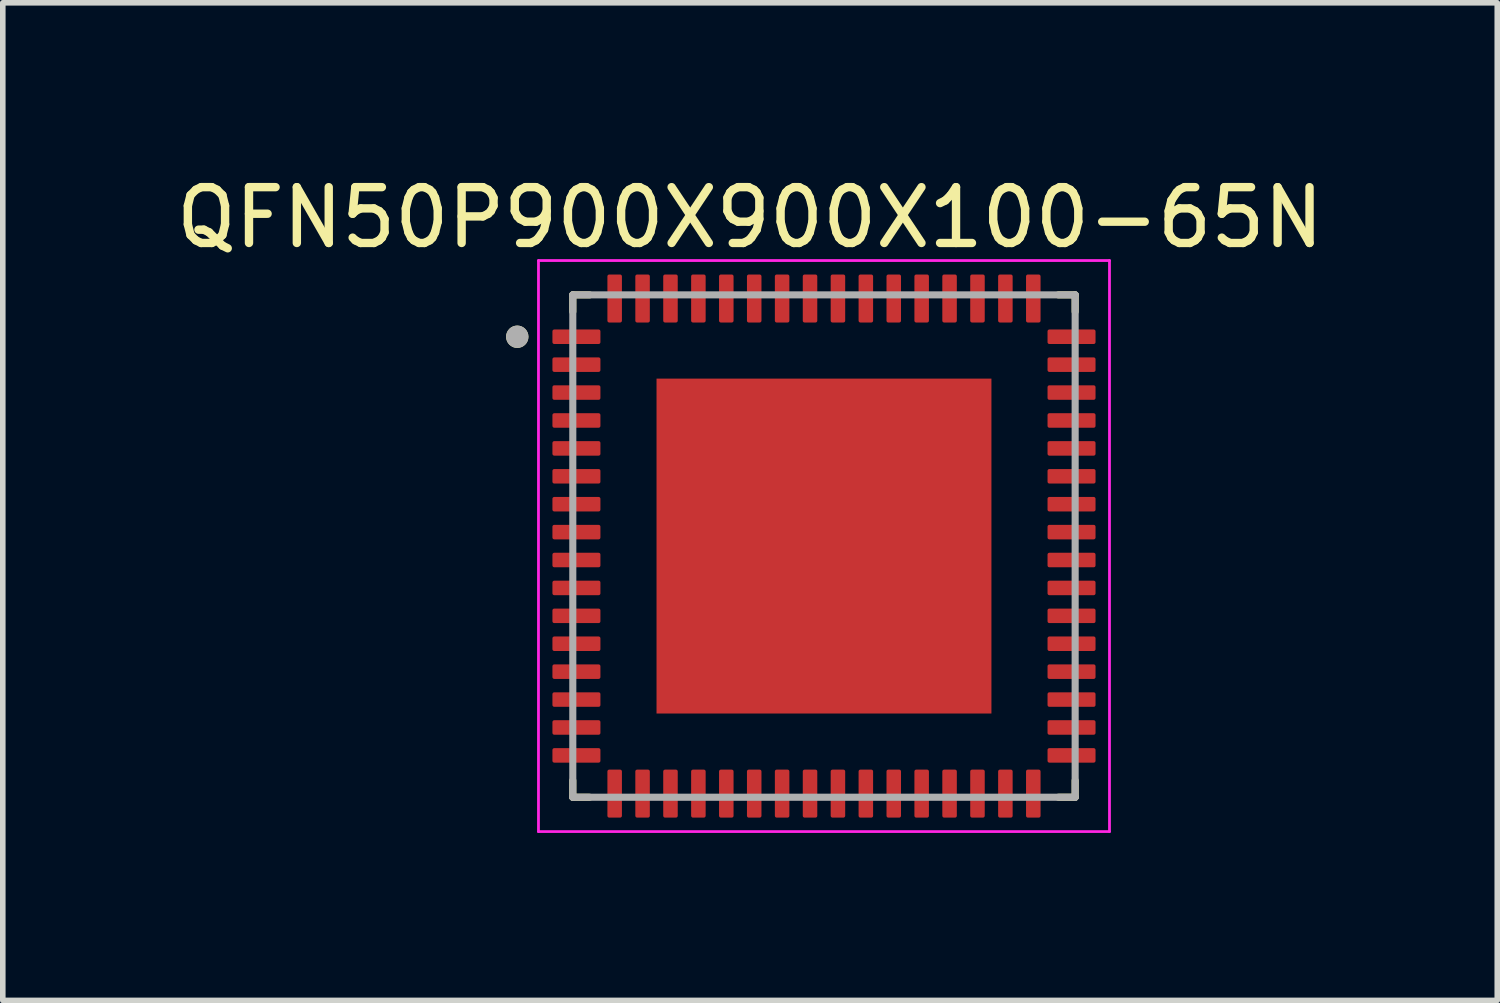
<source format=kicad_pcb>
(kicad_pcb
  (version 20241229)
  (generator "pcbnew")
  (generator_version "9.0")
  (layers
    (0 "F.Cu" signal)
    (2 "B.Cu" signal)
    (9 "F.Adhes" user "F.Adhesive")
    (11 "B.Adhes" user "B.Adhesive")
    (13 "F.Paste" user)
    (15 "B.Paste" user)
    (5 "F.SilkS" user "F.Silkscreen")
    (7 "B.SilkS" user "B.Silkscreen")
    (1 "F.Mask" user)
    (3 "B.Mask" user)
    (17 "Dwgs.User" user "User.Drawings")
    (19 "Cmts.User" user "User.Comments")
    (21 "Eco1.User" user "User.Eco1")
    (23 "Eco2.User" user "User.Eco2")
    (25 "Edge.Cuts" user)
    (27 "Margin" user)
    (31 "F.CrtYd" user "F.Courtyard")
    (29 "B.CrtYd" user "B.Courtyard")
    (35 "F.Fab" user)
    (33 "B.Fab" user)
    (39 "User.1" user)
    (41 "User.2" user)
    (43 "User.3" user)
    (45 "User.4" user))
  (footprint "QFN50P900X900X100-65N"
    (layer "F.Cu")
    (at 11.712 6.733)
    (property "Reference" "QFN50P900X900X100-65N" (at -1.325 -5.885 0) (layer "F.SilkS") (effects (font (size 1 1) (thickness 0.15))))
    (attr smd)
    (fp_line (start -4.5 -4.5) (end -4.5 -4.2) (stroke (width 0.127) (type solid)) (layer "F.SilkS"))
    (fp_line (start -4.5 -4.5) (end -4.2 -4.5) (stroke (width 0.127) (type solid)) (layer "F.SilkS"))
    (fp_line (start -4.5 4.5) (end -4.5 4.2) (stroke (width 0.127) (type solid)) (layer "F.SilkS"))
    (fp_line (start -4.5 4.5) (end -4.2 4.5) (stroke (width 0.127) (type solid)) (layer "F.SilkS"))
    (fp_line (start 4.5 -4.5) (end 4.2 -4.5) (stroke (width 0.127) (type solid)) (layer "F.SilkS"))
    (fp_line (start 4.5 -4.5) (end 4.5 -4.2) (stroke (width 0.127) (type solid)) (layer "F.SilkS"))
    (fp_line (start 4.5 4.5) (end 4.2 4.5) (stroke (width 0.127) (type solid)) (layer "F.SilkS"))
    (fp_line (start 4.5 4.5) (end 4.5 4.2) (stroke (width 0.127) (type solid)) (layer "F.SilkS"))
    (fp_circle (center -5.495 -3.75) (end -5.395 -3.75) (stroke (width 0.2) (type solid)) (fill no) (layer "F.SilkS"))
    (fp_poly (pts (xy -2.45 -2.45) (xy -0.55 -2.45) (xy -0.55 -0.55) (xy -2.45 -0.55)) (stroke (width 0.01) (type solid)) (fill yes) (layer "F.Paste"))
    (fp_poly (pts (xy -2.45 0.55) (xy -0.55 0.55) (xy -0.55 2.45) (xy -2.45 2.45)) (stroke (width 0.01) (type solid)) (fill yes) (layer "F.Paste"))
    (fp_poly (pts (xy 0.55 -2.45) (xy 2.45 -2.45) (xy 2.45 -0.55) (xy 0.55 -0.55)) (stroke (width 0.01) (type solid)) (fill yes) (layer "F.Paste"))
    (fp_poly (pts (xy 0.55 0.55) (xy 2.45 0.55) (xy 2.45 2.45) (xy 0.55 2.45)) (stroke (width 0.01) (type solid)) (fill yes) (layer "F.Paste"))
    (fp_line (start -5.115 -5.115) (end 5.115 -5.115) (stroke (width 0.05) (type solid)) (layer "F.CrtYd"))
    (fp_line (start -5.115 5.115) (end -5.115 -5.115) (stroke (width 0.05) (type solid)) (layer "F.CrtYd"))
    (fp_line (start -5.115 5.115) (end 5.115 5.115) (stroke (width 0.05) (type solid)) (layer "F.CrtYd"))
    (fp_line (start 5.115 5.115) (end 5.115 -5.115) (stroke (width 0.05) (type solid)) (layer "F.CrtYd"))
    (fp_line (start -4.5 4.5) (end -4.5 -4.5) (stroke (width 0.127) (type solid)) (layer "F.Fab"))
    (fp_line (start 4.5 -4.5) (end -4.5 -4.5) (stroke (width 0.127) (type solid)) (layer "F.Fab"))
    (fp_line (start 4.5 4.5) (end -4.5 4.5) (stroke (width 0.127) (type solid)) (layer "F.Fab"))
    (fp_line (start 4.5 4.5) (end 4.5 -4.5) (stroke (width 0.127) (type solid)) (layer "F.Fab"))
    (fp_circle (center -5.495 -3.75) (end -5.395 -3.75) (stroke (width 0.2) (type solid)) (fill no) (layer "F.Fab"))
    (pad "1" smd roundrect (at -4.435 -3.75) (size 0.86 0.26) (layers "F.Cu" "F.Paste") (roundrect_rratio 0.125))
    (pad "2" smd roundrect (at -4.435 -3.25) (size 0.86 0.26) (layers "F.Cu" "F.Mask" "F.Paste") (roundrect_rratio 0.125))
    (pad "3" smd roundrect (at -4.435 -2.75) (size 0.86 0.26) (layers "F.Cu" "F.Mask" "F.Paste") (roundrect_rratio 0.125))
    (pad "4" smd roundrect (at -4.435 -2.25) (size 0.86 0.26) (layers "F.Cu" "F.Mask" "F.Paste") (roundrect_rratio 0.125))
    (pad "5" smd roundrect (at -4.435 -1.75) (size 0.86 0.26) (layers "F.Cu" "F.Mask" "F.Paste") (roundrect_rratio 0.125))
    (pad "6" smd roundrect (at -4.435 -1.25) (size 0.86 0.26) (layers "F.Cu" "F.Mask" "F.Paste") (roundrect_rratio 0.125))
    (pad "7" smd roundrect (at -4.435 -0.75) (size 0.86 0.26) (layers "F.Cu" "F.Mask" "F.Paste") (roundrect_rratio 0.125))
    (pad "8" smd roundrect (at -4.435 -0.25) (size 0.86 0.26) (layers "F.Cu" "F.Mask" "F.Paste") (roundrect_rratio 0.125))
    (pad "9" smd roundrect (at -4.435 0.25) (size 0.86 0.26) (layers "F.Cu" "F.Mask" "F.Paste") (roundrect_rratio 0.125))
    (pad "10" smd roundrect (at -4.435 0.75) (size 0.86 0.26) (layers "F.Cu" "F.Mask" "F.Paste") (roundrect_rratio 0.125))
    (pad "11" smd roundrect (at -4.435 1.25) (size 0.86 0.26) (layers "F.Cu" "F.Mask" "F.Paste") (roundrect_rratio 0.125))
    (pad "12" smd roundrect (at -4.435 1.75) (size 0.86 0.26) (layers "F.Cu" "F.Mask" "F.Paste") (roundrect_rratio 0.125))
    (pad "13" smd roundrect (at -4.435 2.25) (size 0.86 0.26) (layers "F.Cu" "F.Mask" "F.Paste") (roundrect_rratio 0.125))
    (pad "14" smd roundrect (at -4.435 2.75) (size 0.86 0.26) (layers "F.Cu" "F.Mask" "F.Paste") (roundrect_rratio 0.125))
    (pad "15" smd roundrect (at -4.435 3.25) (size 0.86 0.26) (layers "F.Cu" "F.Mask" "F.Paste") (roundrect_rratio 0.125))
    (pad "16" smd roundrect (at -4.435 3.75) (size 0.86 0.26) (layers "F.Cu" "F.Paste") (roundrect_rratio 0.125))
    (pad "17" smd roundrect (at -3.75 4.435) (size 0.26 0.86) (layers "F.Cu" "F.Paste") (roundrect_rratio 0.125))
    (pad "18" smd roundrect (at -3.25 4.435) (size 0.26 0.86) (layers "F.Cu" "F.Mask" "F.Paste") (roundrect_rratio 0.125))
    (pad "19" smd roundrect (at -2.75 4.435) (size 0.26 0.86) (layers "F.Cu" "F.Mask" "F.Paste") (roundrect_rratio 0.125))
    (pad "20" smd roundrect (at -2.25 4.435) (size 0.26 0.86) (layers "F.Cu" "F.Mask" "F.Paste") (roundrect_rratio 0.125))
    (pad "21" smd roundrect (at -1.75 4.435) (size 0.26 0.86) (layers "F.Cu" "F.Mask" "F.Paste") (roundrect_rratio 0.125))
    (pad "22" smd roundrect (at -1.25 4.435) (size 0.26 0.86) (layers "F.Cu" "F.Mask" "F.Paste") (roundrect_rratio 0.125))
    (pad "23" smd roundrect (at -0.75 4.435) (size 0.26 0.86) (layers "F.Cu" "F.Mask" "F.Paste") (roundrect_rratio 0.125))
    (pad "24" smd roundrect (at -0.25 4.435) (size 0.26 0.86) (layers "F.Cu" "F.Mask" "F.Paste") (roundrect_rratio 0.125))
    (pad "25" smd roundrect (at 0.25 4.435) (size 0.26 0.86) (layers "F.Cu" "F.Mask" "F.Paste") (roundrect_rratio 0.125))
    (pad "26" smd roundrect (at 0.75 4.435) (size 0.26 0.86) (layers "F.Cu" "F.Mask" "F.Paste") (roundrect_rratio 0.125))
    (pad "27" smd roundrect (at 1.25 4.435) (size 0.26 0.86) (layers "F.Cu" "F.Mask" "F.Paste") (roundrect_rratio 0.125))
    (pad "28" smd roundrect (at 1.75 4.435) (size 0.26 0.86) (layers "F.Cu" "F.Mask" "F.Paste") (roundrect_rratio 0.125))
    (pad "29" smd roundrect (at 2.25 4.435) (size 0.26 0.86) (layers "F.Cu" "F.Mask" "F.Paste") (roundrect_rratio 0.125))
    (pad "30" smd roundrect (at 2.75 4.435) (size 0.26 0.86) (layers "F.Cu" "F.Mask" "F.Paste") (roundrect_rratio 0.125))
    (pad "31" smd roundrect (at 3.25 4.435) (size 0.26 0.86) (layers "F.Cu" "F.Mask" "F.Paste") (roundrect_rratio 0.125))
    (pad "32" smd roundrect (at 3.75 4.435) (size 0.26 0.86) (layers "F.Cu" "F.Paste") (roundrect_rratio 0.125))
    (pad "33" smd roundrect (at 4.435 3.75) (size 0.86 0.26) (layers "F.Cu" "F.Paste") (roundrect_rratio 0.125))
    (pad "34" smd roundrect (at 4.435 3.25) (size 0.86 0.26) (layers "F.Cu" "F.Mask" "F.Paste") (roundrect_rratio 0.125))
    (pad "35" smd roundrect (at 4.435 2.75) (size 0.86 0.26) (layers "F.Cu" "F.Mask" "F.Paste") (roundrect_rratio 0.125))
    (pad "36" smd roundrect (at 4.435 2.25) (size 0.86 0.26) (layers "F.Cu" "F.Mask" "F.Paste") (roundrect_rratio 0.125))
    (pad "37" smd roundrect (at 4.435 1.75) (size 0.86 0.26) (layers "F.Cu" "F.Mask" "F.Paste") (roundrect_rratio 0.125))
    (pad "38" smd roundrect (at 4.435 1.25) (size 0.86 0.26) (layers "F.Cu" "F.Mask" "F.Paste") (roundrect_rratio 0.125))
    (pad "39" smd roundrect (at 4.435 0.75) (size 0.86 0.26) (layers "F.Cu" "F.Mask" "F.Paste") (roundrect_rratio 0.125))
    (pad "40" smd roundrect (at 4.435 0.25) (size 0.86 0.26) (layers "F.Cu" "F.Mask" "F.Paste") (roundrect_rratio 0.125))
    (pad "41" smd roundrect (at 4.435 -0.25) (size 0.86 0.26) (layers "F.Cu" "F.Mask" "F.Paste") (roundrect_rratio 0.125))
    (pad "42" smd roundrect (at 4.435 -0.75) (size 0.86 0.26) (layers "F.Cu" "F.Mask" "F.Paste") (roundrect_rratio 0.125))
    (pad "43" smd roundrect (at 4.435 -1.25) (size 0.86 0.26) (layers "F.Cu" "F.Mask" "F.Paste") (roundrect_rratio 0.125))
    (pad "44" smd roundrect (at 4.435 -1.75) (size 0.86 0.26) (layers "F.Cu" "F.Mask" "F.Paste") (roundrect_rratio 0.125))
    (pad "45" smd roundrect (at 4.435 -2.25) (size 0.86 0.26) (layers "F.Cu" "F.Mask" "F.Paste") (roundrect_rratio 0.125))
    (pad "46" smd roundrect (at 4.435 -2.75) (size 0.86 0.26) (layers "F.Cu" "F.Mask" "F.Paste") (roundrect_rratio 0.125))
    (pad "47" smd roundrect (at 4.435 -3.25) (size 0.86 0.26) (layers "F.Cu" "F.Mask" "F.Paste") (roundrect_rratio 0.125))
    (pad "48" smd roundrect (at 4.435 -3.75) (size 0.86 0.26) (layers "F.Cu" "F.Paste") (roundrect_rratio 0.125))
    (pad "49" smd roundrect (at 3.75 -4.435) (size 0.26 0.86) (layers "F.Cu" "F.Paste") (roundrect_rratio 0.125))
    (pad "50" smd roundrect (at 3.25 -4.435) (size 0.26 0.86) (layers "F.Cu" "F.Mask" "F.Paste") (roundrect_rratio 0.125))
    (pad "51" smd roundrect (at 2.75 -4.435) (size 0.26 0.86) (layers "F.Cu" "F.Mask" "F.Paste") (roundrect_rratio 0.125))
    (pad "52" smd roundrect (at 2.25 -4.435) (size 0.26 0.86) (layers "F.Cu" "F.Mask" "F.Paste") (roundrect_rratio 0.125))
    (pad "53" smd roundrect (at 1.75 -4.435) (size 0.26 0.86) (layers "F.Cu" "F.Mask" "F.Paste") (roundrect_rratio 0.125))
    (pad "54" smd roundrect (at 1.25 -4.435) (size 0.26 0.86) (layers "F.Cu" "F.Mask" "F.Paste") (roundrect_rratio 0.125))
    (pad "55" smd roundrect (at 0.75 -4.435) (size 0.26 0.86) (layers "F.Cu" "F.Mask" "F.Paste") (roundrect_rratio 0.125))
    (pad "56" smd roundrect (at 0.25 -4.435) (size 0.26 0.86) (layers "F.Cu" "F.Mask" "F.Paste") (roundrect_rratio 0.125))
    (pad "57" smd roundrect (at -0.25 -4.435) (size 0.26 0.86) (layers "F.Cu" "F.Mask" "F.Paste") (roundrect_rratio 0.125))
    (pad "58" smd roundrect (at -0.75 -4.435) (size 0.26 0.86) (layers "F.Cu" "F.Mask" "F.Paste") (roundrect_rratio 0.125))
    (pad "59" smd roundrect (at -1.25 -4.435) (size 0.26 0.86) (layers "F.Cu" "F.Mask" "F.Paste") (roundrect_rratio 0.125))
    (pad "60" smd roundrect (at -1.75 -4.435) (size 0.26 0.86) (layers "F.Cu" "F.Mask" "F.Paste") (roundrect_rratio 0.125))
    (pad "61" smd roundrect (at -2.25 -4.435) (size 0.26 0.86) (layers "F.Cu" "F.Mask" "F.Paste") (roundrect_rratio 0.125))
    (pad "62" smd roundrect (at -2.75 -4.435) (size 0.26 0.86) (layers "F.Cu" "F.Mask" "F.Paste") (roundrect_rratio 0.125))
    (pad "63" smd roundrect (at -3.25 -4.435) (size 0.26 0.86) (layers "F.Cu" "F.Mask" "F.Paste") (roundrect_rratio 0.125))
    (pad "64" smd roundrect (at -3.75 -4.435) (size 0.26 0.86) (layers "F.Cu" "F.Paste") (roundrect_rratio 0.125))
    (pad "65" smd rect (at 0 0) (size 6 6) (layers "F.Cu" "F.Mask")))
  (gr_rect
    (start -3 -3)
    (end 23.774 14.873)
    (stroke (width 0.1) (type default))
    (fill no)
    (layer "Edge.Cuts")))
</source>
